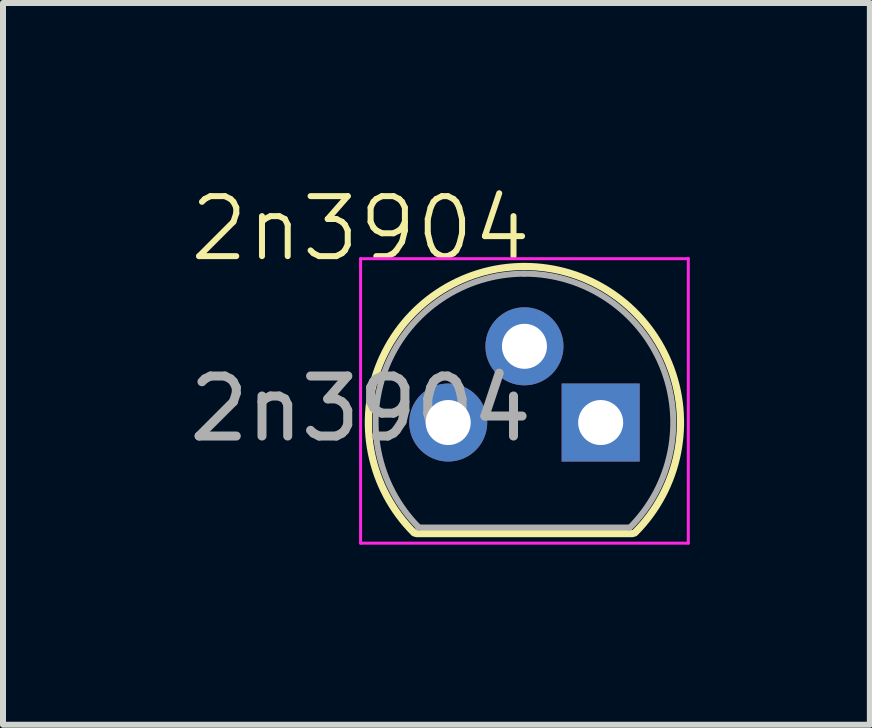
<source format=kicad_pcb>
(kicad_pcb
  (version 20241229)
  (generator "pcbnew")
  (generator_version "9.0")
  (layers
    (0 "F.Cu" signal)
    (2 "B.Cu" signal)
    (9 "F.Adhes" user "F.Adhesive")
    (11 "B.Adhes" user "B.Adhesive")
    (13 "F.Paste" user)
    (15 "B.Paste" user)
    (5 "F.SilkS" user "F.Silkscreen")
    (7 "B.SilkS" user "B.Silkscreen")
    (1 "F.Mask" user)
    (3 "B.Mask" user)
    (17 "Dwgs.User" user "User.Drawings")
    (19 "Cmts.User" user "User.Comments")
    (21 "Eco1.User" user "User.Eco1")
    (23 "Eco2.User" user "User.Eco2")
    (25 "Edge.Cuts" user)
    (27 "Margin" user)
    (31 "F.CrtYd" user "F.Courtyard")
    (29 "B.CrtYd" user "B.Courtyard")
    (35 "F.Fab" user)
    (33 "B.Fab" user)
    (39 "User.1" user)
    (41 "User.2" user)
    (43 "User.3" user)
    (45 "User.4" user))
  (footprint "2n3904"
    (layer "F.Cu")
    (at 2.958 1.26)
    (property "Reference" "2n3904" (at 0 -0.5 0) (unlocked yes) (layer "F.SilkS") (effects (font (size 1 1) (thickness 0.1))))
    (attr through_hole)
    (fp_line (start 0.93 4.58) (end 4.53 4.58) (stroke (width 0.12) (type solid)) (layer "F.SilkS"))
    (fp_arc (start 0.891522 4.568478) (mid 0.327913 1.735023) (end 2.73 0.13) (stroke (width 0.12) (type solid)) (layer "F.SilkS"))
    (fp_arc (start 2.73 0.13) (mid 5.132087 1.735023) (end 4.568478 4.568478) (stroke (width 0.12) (type solid)) (layer "F.SilkS"))
    (fp_line (start 0 0) (end 0 4.74) (stroke (width 0.05) (type solid)) (layer "F.CrtYd"))
    (fp_line (start 0 0) (end 5.46 0) (stroke (width 0.05) (type solid)) (layer "F.CrtYd"))
    (fp_line (start 5.46 4.74) (end 0 4.74) (stroke (width 0.05) (type solid)) (layer "F.CrtYd"))
    (fp_line (start 5.46 4.74) (end 5.46 0) (stroke (width 0.05) (type solid)) (layer "F.CrtYd"))
    (fp_line (start 0.96 4.48) (end 4.46 4.48) (stroke (width 0.1) (type solid)) (layer "F.Fab"))
    (fp_arc (start 0.976375 4.483625) (mid 0.438779 1.780945) (end 2.73 0.25) (stroke (width 0.1) (type solid)) (layer "F.Fab"))
    (fp_arc (start 2.73 0.25) (mid 5.021221 1.780945) (end 4.483625 4.483625) (stroke (width 0.1) (type solid)) (layer "F.Fab"))
    (fp_text user "${REFERENCE}" (at 0 2.5 0) (unlocked yes) (layer "F.Fab") (effects (font (size 1 1) (thickness 0.15))))
    (pad "1" thru_hole rect (at 4 2.73) (size 1.3 1.3) (drill 0.75) (layers "*.Cu" "*.Mask"))
    (pad "2" thru_hole circle (at 2.73 1.46) (size 1.3 1.3) (drill 0.75) (layers "*.Cu" "*.Mask"))
    (pad "3" thru_hole circle (at 1.46 2.73) (size 1.3 1.3) (drill 0.75) (layers "*.Cu" "*.Mask")))
  (gr_rect
    (start -3 -3)
    (end 11.443 9.025)
    (stroke (width 0.1) (type default))
    (fill no)
    (layer "Edge.Cuts")))
</source>
